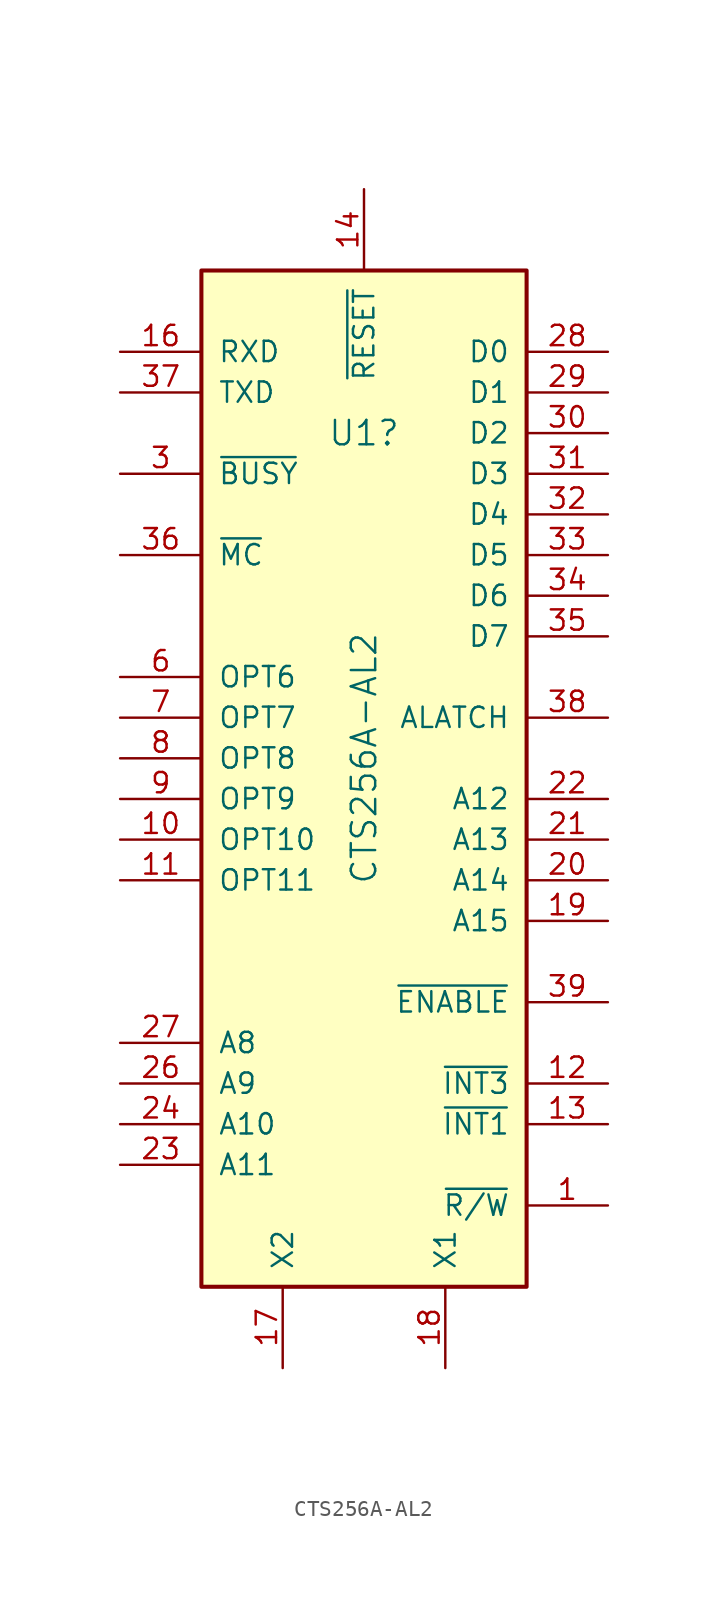
<source format=kicad_sym>
(kicad_symbol_lib
  (version 20211014)
  (generator kicad_symbol_editor)
  (symbol "CTS256A-AL2"
    (pin_names
      (offset 1.016))
    (property "Reference" "U1"
      (at 0 20.32 0)
      (effects (font (size 1.524 1.524))))
    (property "Value" "CTS256A-AL2"
      (at 0 0 90)
      (effects (font (size 1.524 1.524))))
    (symbol "CTS256A-AL2_0_1"
      (rectangle (start -10.16 30.48) (end 10.16 -33.02) (stroke (width 0.254) (type default) (color 0 0 0 0)) (fill (type background))))
    (symbol "CTS256A-AL2_1_1"
      (pin output line (at 15.24 -27.94 180) (length 5.08) (name "~{R/W}" (effects (font (size 1.27 1.27)))) (number "1" (effects (font (size 1.27 1.27)))))
      (pin input line (at -15.24 -5.08 0) (length 5.08) (name "OPT10" (effects (font (size 1.27 1.27)))) (number "10" (effects (font (size 1.27 1.27)))))
      (pin input line (at -15.24 -7.62 0) (length 5.08) (name "OPT11" (effects (font (size 1.27 1.27)))) (number "11" (effects (font (size 1.27 1.27)))))
      (pin input line (at 15.24 -20.32 180) (length 5.08) (name "~{INT3}" (effects (font (size 1.27 1.27)))) (number "12" (effects (font (size 1.27 1.27)))))
      (pin input line (at 15.24 -22.86 180) (length 5.08) (name "~{INT1}" (effects (font (size 1.27 1.27)))) (number "13" (effects (font (size 1.27 1.27)))))
      (pin input line (at 0 35.56 270) (length 5.08) (name "~{RESET}" (effects (font (size 1.27 1.27)))) (number "14" (effects (font (size 1.27 1.27)))))
      (pin input line (at -15.24 25.4 0) (length 5.08) (name "RXD" (effects (font (size 1.27 1.27)))) (number "16" (effects (font (size 1.27 1.27)))))
      (pin passive line (at -5.08 -38.1 90) (length 5.08) (name "X2" (effects (font (size 1.27 1.27)))) (number "17" (effects (font (size 1.27 1.27)))))
      (pin passive line (at 5.08 -38.1 90) (length 5.08) (name "X1" (effects (font (size 1.27 1.27)))) (number "18" (effects (font (size 1.27 1.27)))))
      (pin output line (at 15.24 -10.16 180) (length 5.08) (name "A15" (effects (font (size 1.27 1.27)))) (number "19" (effects (font (size 1.27 1.27)))))
      (pin output line (at 15.24 -7.62 180) (length 5.08) (name "A14" (effects (font (size 1.27 1.27)))) (number "20" (effects (font (size 1.27 1.27)))))
      (pin output line (at 15.24 -5.08 180) (length 5.08) (name "A13" (effects (font (size 1.27 1.27)))) (number "21" (effects (font (size 1.27 1.27)))))
      (pin output line (at 15.24 -2.54 180) (length 5.08) (name "A12" (effects (font (size 1.27 1.27)))) (number "22" (effects (font (size 1.27 1.27)))))
      (pin output line (at -15.24 -25.4 0) (length 5.08) (name "A11" (effects (font (size 1.27 1.27)))) (number "23" (effects (font (size 1.27 1.27)))))
      (pin output line (at -15.24 -22.86 0) (length 5.08) (name "A10" (effects (font (size 1.27 1.27)))) (number "24" (effects (font (size 1.27 1.27)))))
      (pin power_in line (at -5.08 30.48 270) (length 0) hide (name "VDD" (effects (font (size 1.27 1.27)))) (number "25" (effects (font (size 1.27 1.27)))))
      (pin output line (at -15.24 -20.32 0) (length 5.08) (name "A9" (effects (font (size 1.27 1.27)))) (number "26" (effects (font (size 1.27 1.27)))))
      (pin output line (at -15.24 -17.78 0) (length 5.08) (name "A8" (effects (font (size 1.27 1.27)))) (number "27" (effects (font (size 1.27 1.27)))))
      (pin bidirectional line (at 15.24 25.4 180) (length 5.08) (name "D0" (effects (font (size 1.27 1.27)))) (number "28" (effects (font (size 1.27 1.27)))))
      (pin bidirectional line (at 15.24 22.86 180) (length 5.08) (name "D1" (effects (font (size 1.27 1.27)))) (number "29" (effects (font (size 1.27 1.27)))))
      (pin output line (at -15.24 17.78 0) (length 5.08) (name "~{BUSY}" (effects (font (size 1.27 1.27)))) (number "3" (effects (font (size 1.27 1.27)))))
      (pin bidirectional line (at 15.24 20.32 180) (length 5.08) (name "D2" (effects (font (size 1.27 1.27)))) (number "30" (effects (font (size 1.27 1.27)))))
      (pin bidirectional line (at 15.24 17.78 180) (length 5.08) (name "D3" (effects (font (size 1.27 1.27)))) (number "31" (effects (font (size 1.27 1.27)))))
      (pin bidirectional line (at 15.24 15.24 180) (length 5.08) (name "D4" (effects (font (size 1.27 1.27)))) (number "32" (effects (font (size 1.27 1.27)))))
      (pin bidirectional line (at 15.24 12.7 180) (length 5.08) (name "D5" (effects (font (size 1.27 1.27)))) (number "33" (effects (font (size 1.27 1.27)))))
      (pin bidirectional line (at 15.24 10.16 180) (length 5.08) (name "D6" (effects (font (size 1.27 1.27)))) (number "34" (effects (font (size 1.27 1.27)))))
      (pin bidirectional line (at 15.24 7.62 180) (length 5.08) (name "D7" (effects (font (size 1.27 1.27)))) (number "35" (effects (font (size 1.27 1.27)))))
      (pin input line (at -15.24 12.7 0) (length 5.08) (name "~{MC}" (effects (font (size 1.27 1.27)))) (number "36" (effects (font (size 1.27 1.27)))))
      (pin output line (at -15.24 22.86 0) (length 5.08) (name "TXD" (effects (font (size 1.27 1.27)))) (number "37" (effects (font (size 1.27 1.27)))))
      (pin output line (at 15.24 2.54 180) (length 5.08) (name "ALATCH" (effects (font (size 1.27 1.27)))) (number "38" (effects (font (size 1.27 1.27)))))
      (pin output line (at 15.24 -15.24 180) (length 5.08) (name "~{ENABLE}" (effects (font (size 1.27 1.27)))) (number "39" (effects (font (size 1.27 1.27)))))
      (pin power_in line (at -10.16 15.24 0) (length 0) hide (name "VSS" (effects (font (size 1.27 1.27)))) (number "40" (effects (font (size 1.27 1.27)))))
      (pin input line (at -15.24 5.08 0) (length 5.08) (name "OPT6" (effects (font (size 1.27 1.27)))) (number "6" (effects (font (size 1.27 1.27)))))
      (pin input line (at -15.24 2.54 0) (length 5.08) (name "OPT7" (effects (font (size 1.27 1.27)))) (number "7" (effects (font (size 1.27 1.27)))))
      (pin input line (at -15.24 0 0) (length 5.08) (name "OPT8" (effects (font (size 1.27 1.27)))) (number "8" (effects (font (size 1.27 1.27)))))
      (pin input line (at -15.24 -2.54 0) (length 5.08) (name "OPT9" (effects (font (size 1.27 1.27)))) (number "9" (effects (font (size 1.27 1.27))))))))
</source>
